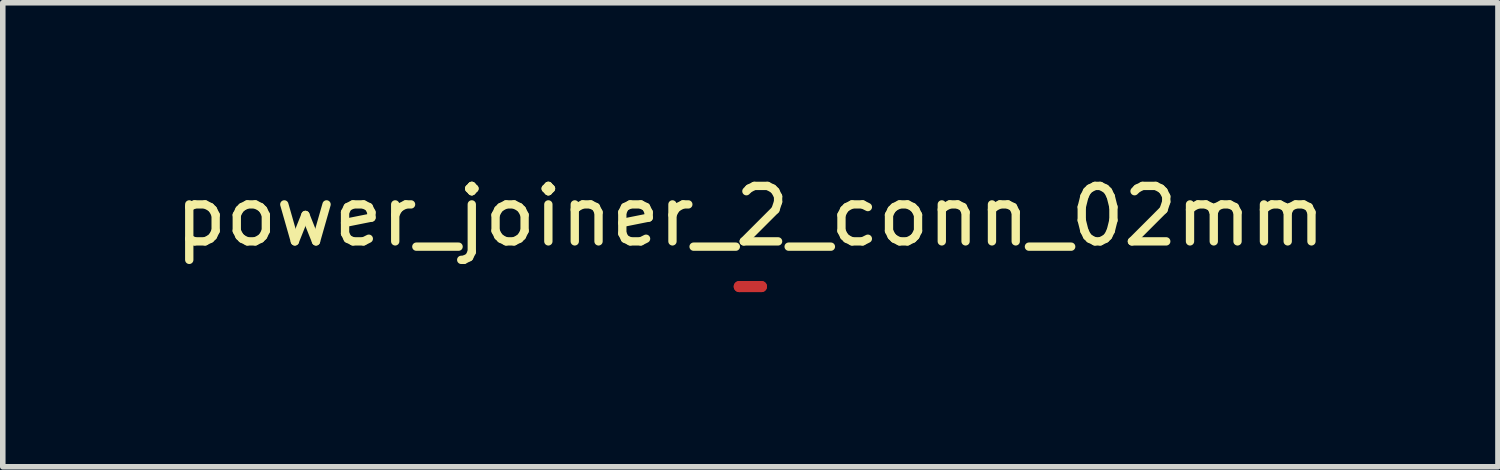
<source format=kicad_pcb>
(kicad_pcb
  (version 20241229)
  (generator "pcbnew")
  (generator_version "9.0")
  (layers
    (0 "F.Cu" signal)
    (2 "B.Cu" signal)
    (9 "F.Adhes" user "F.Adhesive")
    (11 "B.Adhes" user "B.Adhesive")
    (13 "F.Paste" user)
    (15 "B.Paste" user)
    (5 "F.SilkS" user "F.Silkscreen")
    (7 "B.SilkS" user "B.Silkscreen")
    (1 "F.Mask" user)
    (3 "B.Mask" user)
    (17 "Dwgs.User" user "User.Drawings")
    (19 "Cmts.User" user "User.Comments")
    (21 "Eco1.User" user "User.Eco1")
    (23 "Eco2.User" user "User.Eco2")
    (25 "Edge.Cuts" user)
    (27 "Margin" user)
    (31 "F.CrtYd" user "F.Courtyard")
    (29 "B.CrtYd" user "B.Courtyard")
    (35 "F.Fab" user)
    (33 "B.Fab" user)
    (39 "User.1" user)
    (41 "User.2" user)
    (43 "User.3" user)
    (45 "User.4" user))
  (footprint "power_joiner_2_conn_02mm"
    (layer "F.Cu")
    (at 10.482 2.118)
    (property "Reference" "power_joiner_2_conn_02mm" (at 0 -1.27 0) (layer "F.SilkS") (effects (font (size 1 1) (thickness 0.15))))
    (attr through_hole)
    (fp_line (start -0.2 0) (end 0.2 0) (stroke (width 0.2) (type solid)) (layer "F.Cu"))
    (pad "1" smd circle (at -0.2 0) (size 0.2 0.2) (layers "F.Cu"))
    (pad "2" smd circle (at 0.2 0) (size 0.2 0.2) (layers "F.Cu")))
  (gr_rect
    (start -3 -3)
    (end 23.964 5.368)
    (stroke (width 0.1) (type default))
    (fill no)
    (layer "Edge.Cuts")))
</source>
